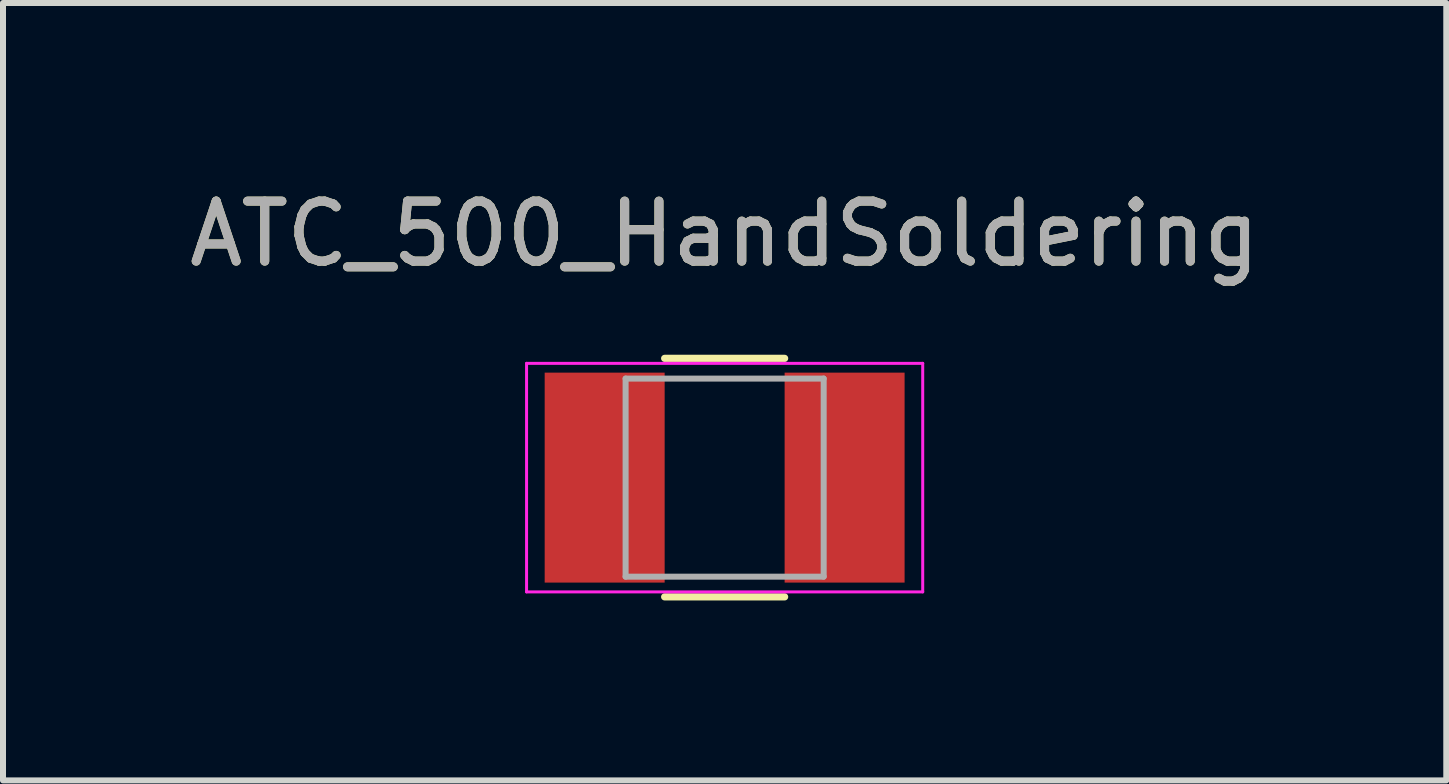
<source format=kicad_pcb>
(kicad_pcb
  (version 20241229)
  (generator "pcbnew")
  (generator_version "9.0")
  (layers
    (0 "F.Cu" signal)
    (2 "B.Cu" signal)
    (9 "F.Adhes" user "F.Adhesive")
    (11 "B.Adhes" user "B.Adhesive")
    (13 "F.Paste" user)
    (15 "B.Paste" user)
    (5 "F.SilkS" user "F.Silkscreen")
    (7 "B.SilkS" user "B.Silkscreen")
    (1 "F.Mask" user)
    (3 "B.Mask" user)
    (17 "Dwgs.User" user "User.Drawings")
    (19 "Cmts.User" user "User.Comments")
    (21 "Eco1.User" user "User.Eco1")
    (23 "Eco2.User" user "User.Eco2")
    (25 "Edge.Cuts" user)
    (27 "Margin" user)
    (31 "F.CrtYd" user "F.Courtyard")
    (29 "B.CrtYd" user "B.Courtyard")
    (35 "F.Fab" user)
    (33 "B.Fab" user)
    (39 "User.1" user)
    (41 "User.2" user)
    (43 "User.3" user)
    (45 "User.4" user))
  (footprint "ATC_500_HandSoldering"
    (layer "F.Cu")
    (at 9.03 4.912)
    (property "Reference" "ATC_500_HandSoldering" (at 0 -4.064 0) (layer "F.SilkS") (effects (font (size 1 1) (thickness 0.15))))
    (attr smd)
    (fp_line (start -1 1.988) (end 1 1.988) (stroke (width 0.12) (type solid)) (layer "F.SilkS"))
    (fp_line (start 1 -1.988) (end -1 -1.988) (stroke (width 0.12) (type solid)) (layer "F.SilkS"))
    (fp_line (start -3.302 1.905) (end -3.302 -1.905) (stroke (width 0.05) (type solid)) (layer "F.CrtYd"))
    (fp_line (start 3.302 -1.905) (end -3.302 -1.905) (stroke (width 0.05) (type solid)) (layer "F.CrtYd"))
    (fp_line (start 3.302 -1.905) (end 3.302 1.905) (stroke (width 0.05) (type solid)) (layer "F.CrtYd"))
    (fp_line (start 3.302 1.905) (end -3.302 1.905) (stroke (width 0.05) (type solid)) (layer "F.CrtYd"))
    (fp_line (start -1.651 -1.651) (end 1.651 -1.651) (stroke (width 0.1) (type solid)) (layer "F.Fab"))
    (fp_line (start -1.651 1.651) (end -1.651 -1.651) (stroke (width 0.1) (type solid)) (layer "F.Fab"))
    (fp_line (start 1.651 -1.651) (end 1.651 1.651) (stroke (width 0.1) (type solid)) (layer "F.Fab"))
    (fp_line (start 1.651 1.651) (end -1.651 1.651) (stroke (width 0.1) (type solid)) (layer "F.Fab"))
    (fp_text user "${REFERENCE}" (at 0 -4.064 0) (layer "F.Fab") (effects (font (size 1 1) (thickness 0.15))))
    (pad "1" smd rect (at -2 0) (size 2 3.5) (layers "F.Cu" "F.Mask" "F.Paste"))
    (pad "2" smd rect (at 2 0) (size 2 3.5) (layers "F.Cu" "F.Mask" "F.Paste")))
  (gr_rect
    (start -3 -3)
    (end 21.06 9.96)
    (stroke (width 0.1) (type default))
    (fill no)
    (layer "Edge.Cuts")))
</source>
